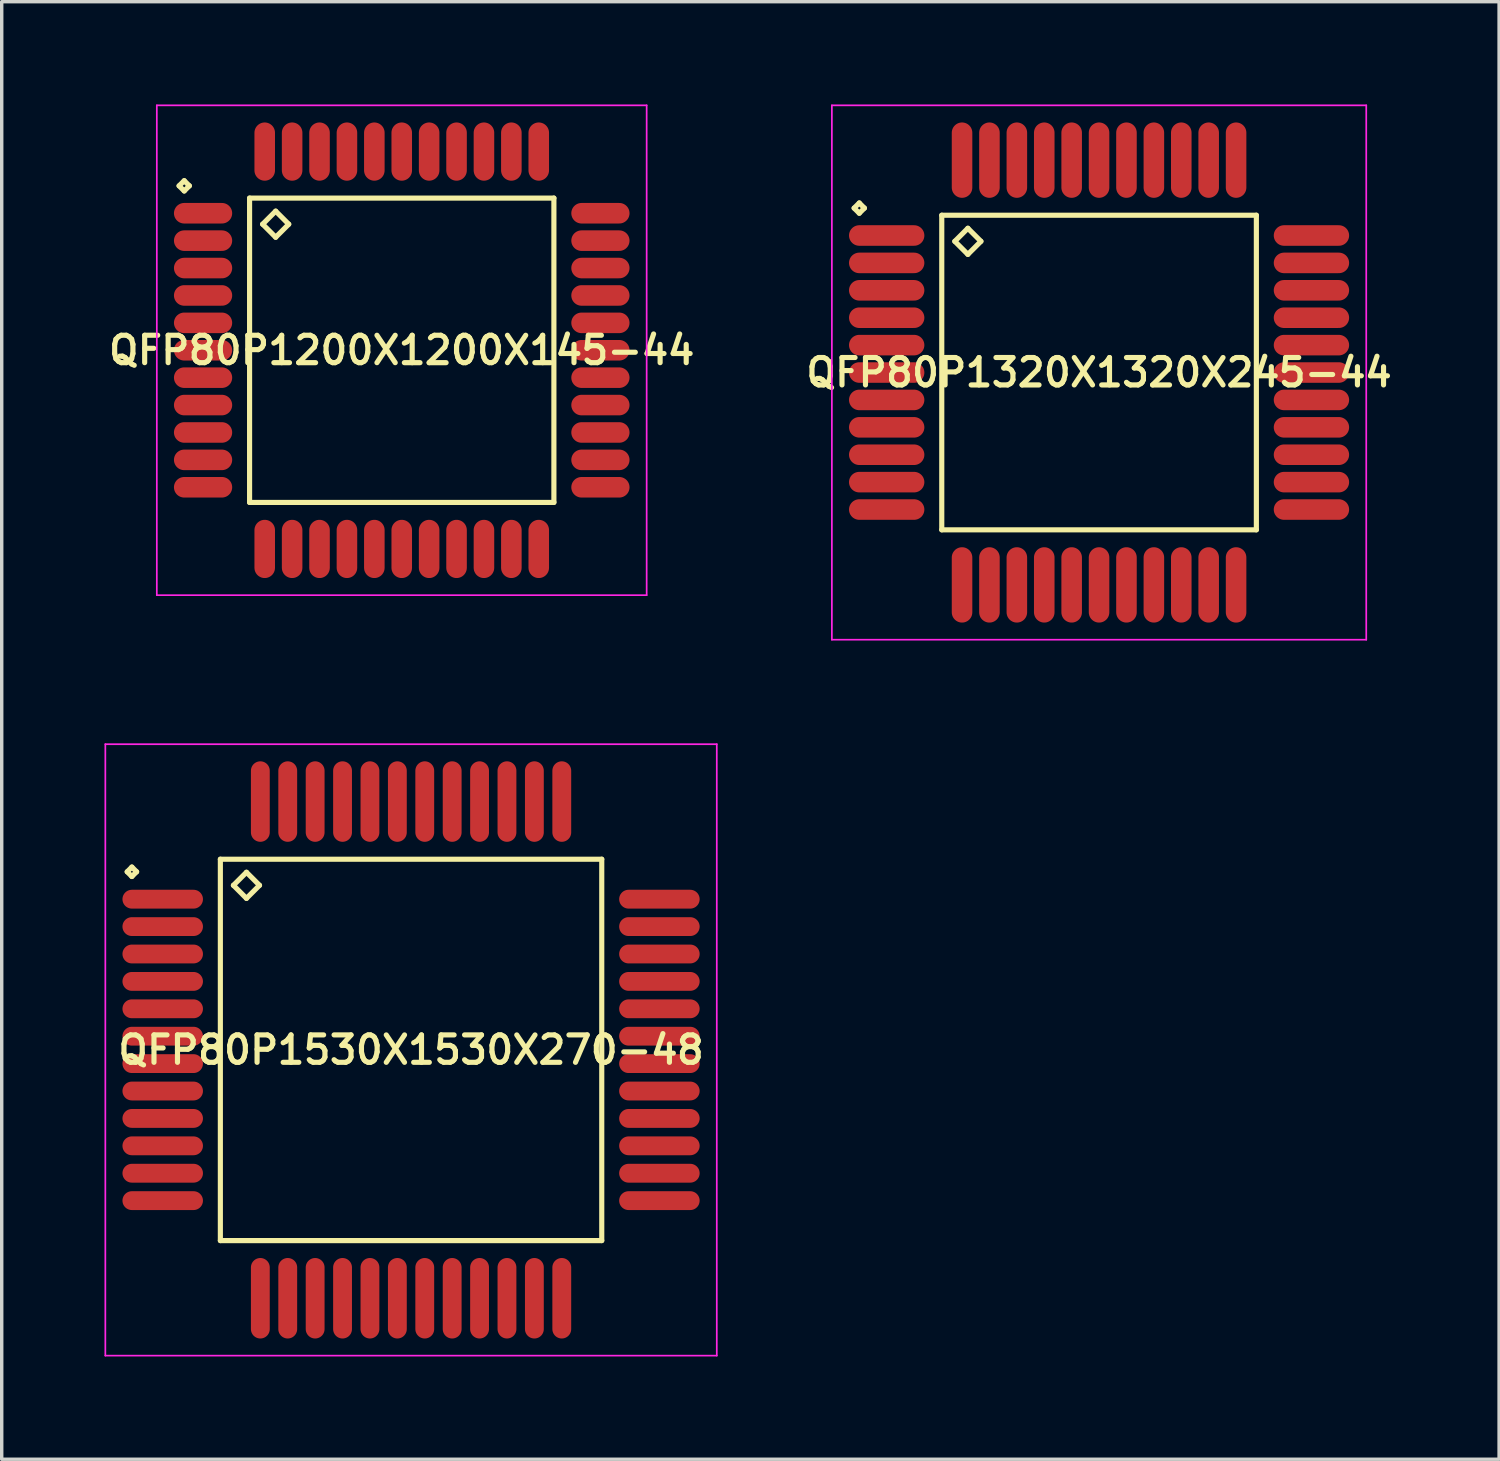
<source format=kicad_pcb>
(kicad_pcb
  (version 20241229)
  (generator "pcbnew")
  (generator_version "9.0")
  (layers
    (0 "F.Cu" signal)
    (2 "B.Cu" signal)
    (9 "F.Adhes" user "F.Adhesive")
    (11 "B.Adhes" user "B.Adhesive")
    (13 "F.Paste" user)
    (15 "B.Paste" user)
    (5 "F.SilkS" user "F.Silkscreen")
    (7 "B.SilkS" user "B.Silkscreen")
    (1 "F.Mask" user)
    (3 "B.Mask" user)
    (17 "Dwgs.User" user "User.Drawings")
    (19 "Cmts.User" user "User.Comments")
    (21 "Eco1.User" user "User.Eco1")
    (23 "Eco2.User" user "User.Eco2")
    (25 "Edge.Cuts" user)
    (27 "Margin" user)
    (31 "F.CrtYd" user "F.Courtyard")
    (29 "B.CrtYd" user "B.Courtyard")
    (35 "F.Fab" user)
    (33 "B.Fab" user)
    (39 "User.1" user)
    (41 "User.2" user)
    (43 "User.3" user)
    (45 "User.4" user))
  (footprint "QFP80P1320X1320X245-44"
    (layer "F.Cu")
    (at 29.035 7.825)
    (property "Reference" "QFP80P1320X1320X245-44" (at 0 0 0) (layer "F.SilkS") (effects (font (size 0.8 0.8) (thickness 0.15))))
    (attr smd)
    (fp_line (start -7.15 -4.8) (end -7 -4.95) (stroke (width 0.15) (type solid)) (layer "F.SilkS"))
    (fp_line (start -7 -4.95) (end -6.85 -4.8) (stroke (width 0.15) (type solid)) (layer "F.SilkS"))
    (fp_line (start -7 -4.65) (end -7.15 -4.8) (stroke (width 0.15) (type solid)) (layer "F.SilkS"))
    (fp_line (start -6.85 -4.8) (end -7 -4.65) (stroke (width 0.15) (type solid)) (layer "F.SilkS"))
    (fp_line (start -4.592 -4.592) (end -4.592 4.592) (stroke (width 0.15) (type solid)) (layer "F.SilkS"))
    (fp_line (start -4.592 4.592) (end 4.592 4.592) (stroke (width 0.15) (type solid)) (layer "F.SilkS"))
    (fp_line (start -4.211 -3.83) (end -3.83 -4.211) (stroke (width 0.15) (type solid)) (layer "F.SilkS"))
    (fp_line (start -3.83 -4.211) (end -3.449 -3.83) (stroke (width 0.15) (type solid)) (layer "F.SilkS"))
    (fp_line (start -3.83 -3.449) (end -4.211 -3.83) (stroke (width 0.15) (type solid)) (layer "F.SilkS"))
    (fp_line (start -3.449 -3.83) (end -3.83 -3.449) (stroke (width 0.15) (type solid)) (layer "F.SilkS"))
    (fp_line (start 4.592 -4.592) (end -4.592 -4.592) (stroke (width 0.15) (type solid)) (layer "F.SilkS"))
    (fp_line (start 4.592 4.592) (end 4.592 -4.592) (stroke (width 0.15) (type solid)) (layer "F.SilkS"))
    (fp_line (start -7.8 -7.8) (end 7.8 -7.8) (stroke (width 0.05) (type solid)) (layer "F.CrtYd"))
    (fp_line (start -7.8 7.8) (end -7.8 -7.8) (stroke (width 0.05) (type solid)) (layer "F.CrtYd"))
    (fp_line (start 7.8 -7.8) (end 7.8 7.8) (stroke (width 0.05) (type solid)) (layer "F.CrtYd"))
    (fp_line (start 7.8 7.8) (end -7.8 7.8) (stroke (width 0.05) (type solid)) (layer "F.CrtYd"))
    (pad "1" smd oval (at -6.2 -4) (size 2.2 0.6) (layers "F.Cu" "F.Mask" "F.Paste"))
    (pad "2" smd oval (at -6.2 -3.2) (size 2.2 0.6) (layers "F.Cu" "F.Mask" "F.Paste"))
    (pad "3" smd oval (at -6.2 -2.4) (size 2.2 0.6) (layers "F.Cu" "F.Mask" "F.Paste"))
    (pad "4" smd oval (at -6.2 -1.6) (size 2.2 0.6) (layers "F.Cu" "F.Mask" "F.Paste"))
    (pad "5" smd oval (at -6.2 -0.8) (size 2.2 0.6) (layers "F.Cu" "F.Mask" "F.Paste"))
    (pad "6" smd oval (at -6.2 0) (size 2.2 0.6) (layers "F.Cu" "F.Mask" "F.Paste"))
    (pad "7" smd oval (at -6.2 0.8) (size 2.2 0.6) (layers "F.Cu" "F.Mask" "F.Paste"))
    (pad "8" smd oval (at -6.2 1.6) (size 2.2 0.6) (layers "F.Cu" "F.Mask" "F.Paste"))
    (pad "9" smd oval (at -6.2 2.4) (size 2.2 0.6) (layers "F.Cu" "F.Mask" "F.Paste"))
    (pad "10" smd oval (at -6.2 3.2) (size 2.2 0.6) (layers "F.Cu" "F.Mask" "F.Paste"))
    (pad "11" smd oval (at -6.2 4) (size 2.2 0.6) (layers "F.Cu" "F.Mask" "F.Paste"))
    (pad "12" smd oval (at -4 6.2) (size 0.6 2.2) (layers "F.Cu" "F.Mask" "F.Paste"))
    (pad "13" smd oval (at -3.2 6.2) (size 0.6 2.2) (layers "F.Cu" "F.Mask" "F.Paste"))
    (pad "14" smd oval (at -2.4 6.2) (size 0.6 2.2) (layers "F.Cu" "F.Mask" "F.Paste"))
    (pad "15" smd oval (at -1.6 6.2) (size 0.6 2.2) (layers "F.Cu" "F.Mask" "F.Paste"))
    (pad "16" smd oval (at -0.8 6.2) (size 0.6 2.2) (layers "F.Cu" "F.Mask" "F.Paste"))
    (pad "17" smd oval (at 0 6.2) (size 0.6 2.2) (layers "F.Cu" "F.Mask" "F.Paste"))
    (pad "18" smd oval (at 0.8 6.2) (size 0.6 2.2) (layers "F.Cu" "F.Mask" "F.Paste"))
    (pad "19" smd oval (at 1.6 6.2) (size 0.6 2.2) (layers "F.Cu" "F.Mask" "F.Paste"))
    (pad "20" smd oval (at 2.4 6.2) (size 0.6 2.2) (layers "F.Cu" "F.Mask" "F.Paste"))
    (pad "21" smd oval (at 3.2 6.2) (size 0.6 2.2) (layers "F.Cu" "F.Mask" "F.Paste"))
    (pad "22" smd oval (at 4 6.2) (size 0.6 2.2) (layers "F.Cu" "F.Mask" "F.Paste"))
    (pad "23" smd oval (at 6.2 4) (size 2.2 0.6) (layers "F.Cu" "F.Mask" "F.Paste"))
    (pad "24" smd oval (at 6.2 3.2) (size 2.2 0.6) (layers "F.Cu" "F.Mask" "F.Paste"))
    (pad "25" smd oval (at 6.2 2.4) (size 2.2 0.6) (layers "F.Cu" "F.Mask" "F.Paste"))
    (pad "26" smd oval (at 6.2 1.6) (size 2.2 0.6) (layers "F.Cu" "F.Mask" "F.Paste"))
    (pad "27" smd oval (at 6.2 0.8) (size 2.2 0.6) (layers "F.Cu" "F.Mask" "F.Paste"))
    (pad "28" smd oval (at 6.2 0) (size 2.2 0.6) (layers "F.Cu" "F.Mask" "F.Paste"))
    (pad "29" smd oval (at 6.2 -0.8) (size 2.2 0.6) (layers "F.Cu" "F.Mask" "F.Paste"))
    (pad "30" smd oval (at 6.2 -1.6) (size 2.2 0.6) (layers "F.Cu" "F.Mask" "F.Paste"))
    (pad "31" smd oval (at 6.2 -2.4) (size 2.2 0.6) (layers "F.Cu" "F.Mask" "F.Paste"))
    (pad "32" smd oval (at 6.2 -3.2) (size 2.2 0.6) (layers "F.Cu" "F.Mask" "F.Paste"))
    (pad "33" smd oval (at 6.2 -4) (size 2.2 0.6) (layers "F.Cu" "F.Mask" "F.Paste"))
    (pad "34" smd oval (at 4 -6.2) (size 0.6 2.2) (layers "F.Cu" "F.Mask" "F.Paste"))
    (pad "35" smd oval (at 3.2 -6.2) (size 0.6 2.2) (layers "F.Cu" "F.Mask" "F.Paste"))
    (pad "36" smd oval (at 2.4 -6.2) (size 0.6 2.2) (layers "F.Cu" "F.Mask" "F.Paste"))
    (pad "37" smd oval (at 1.6 -6.2) (size 0.6 2.2) (layers "F.Cu" "F.Mask" "F.Paste"))
    (pad "38" smd oval (at 0.8 -6.2) (size 0.6 2.2) (layers "F.Cu" "F.Mask" "F.Paste"))
    (pad "39" smd oval (at 0 -6.2) (size 0.6 2.2) (layers "F.Cu" "F.Mask" "F.Paste"))
    (pad "40" smd oval (at -0.8 -6.2) (size 0.6 2.2) (layers "F.Cu" "F.Mask" "F.Paste"))
    (pad "41" smd oval (at -1.6 -6.2) (size 0.6 2.2) (layers "F.Cu" "F.Mask" "F.Paste"))
    (pad "42" smd oval (at -2.4 -6.2) (size 0.6 2.2) (layers "F.Cu" "F.Mask" "F.Paste"))
    (pad "43" smd oval (at -3.2 -6.2) (size 0.6 2.2) (layers "F.Cu" "F.Mask" "F.Paste"))
    (pad "44" smd oval (at -4 -6.2) (size 0.6 2.2) (layers "F.Cu" "F.Mask" "F.Paste")))
  (footprint "QFP80P1200X1200X145-44"
    (layer "F.Cu")
    (at 8.678 7.175)
    (property "Reference" "QFP80P1200X1200X145-44" (at 0 0 0) (layer "F.SilkS") (effects (font (size 0.8 0.8) (thickness 0.15))))
    (attr smd)
    (fp_line (start -6.5 -4.8) (end -6.35 -4.95) (stroke (width 0.15) (type solid)) (layer "F.SilkS"))
    (fp_line (start -6.35 -4.95) (end -6.2 -4.8) (stroke (width 0.15) (type solid)) (layer "F.SilkS"))
    (fp_line (start -6.35 -4.65) (end -6.5 -4.8) (stroke (width 0.15) (type solid)) (layer "F.SilkS"))
    (fp_line (start -6.2 -4.8) (end -6.35 -4.65) (stroke (width 0.15) (type solid)) (layer "F.SilkS"))
    (fp_line (start -4.442 -4.442) (end -4.442 4.442) (stroke (width 0.15) (type solid)) (layer "F.SilkS"))
    (fp_line (start -4.442 4.442) (end 4.442 4.442) (stroke (width 0.15) (type solid)) (layer "F.SilkS"))
    (fp_line (start -4.061 -3.68) (end -3.68 -4.061) (stroke (width 0.15) (type solid)) (layer "F.SilkS"))
    (fp_line (start -3.68 -4.061) (end -3.299 -3.68) (stroke (width 0.15) (type solid)) (layer "F.SilkS"))
    (fp_line (start -3.68 -3.299) (end -4.061 -3.68) (stroke (width 0.15) (type solid)) (layer "F.SilkS"))
    (fp_line (start -3.299 -3.68) (end -3.68 -3.299) (stroke (width 0.15) (type solid)) (layer "F.SilkS"))
    (fp_line (start 4.442 -4.442) (end -4.442 -4.442) (stroke (width 0.15) (type solid)) (layer "F.SilkS"))
    (fp_line (start 4.442 4.442) (end 4.442 -4.442) (stroke (width 0.15) (type solid)) (layer "F.SilkS"))
    (fp_line (start -7.15 -7.15) (end 7.15 -7.15) (stroke (width 0.05) (type solid)) (layer "F.CrtYd"))
    (fp_line (start -7.15 7.15) (end -7.15 -7.15) (stroke (width 0.05) (type solid)) (layer "F.CrtYd"))
    (fp_line (start 7.15 -7.15) (end 7.15 7.15) (stroke (width 0.05) (type solid)) (layer "F.CrtYd"))
    (fp_line (start 7.15 7.15) (end -7.15 7.15) (stroke (width 0.05) (type solid)) (layer "F.CrtYd"))
    (pad "1" smd oval (at -5.8 -4) (size 1.7 0.6) (layers "F.Cu" "F.Mask" "F.Paste"))
    (pad "2" smd oval (at -5.8 -3.2) (size 1.7 0.6) (layers "F.Cu" "F.Mask" "F.Paste"))
    (pad "3" smd oval (at -5.8 -2.4) (size 1.7 0.6) (layers "F.Cu" "F.Mask" "F.Paste"))
    (pad "4" smd oval (at -5.8 -1.6) (size 1.7 0.6) (layers "F.Cu" "F.Mask" "F.Paste"))
    (pad "5" smd oval (at -5.8 -0.8) (size 1.7 0.6) (layers "F.Cu" "F.Mask" "F.Paste"))
    (pad "6" smd oval (at -5.8 0) (size 1.7 0.6) (layers "F.Cu" "F.Mask" "F.Paste"))
    (pad "7" smd oval (at -5.8 0.8) (size 1.7 0.6) (layers "F.Cu" "F.Mask" "F.Paste"))
    (pad "8" smd oval (at -5.8 1.6) (size 1.7 0.6) (layers "F.Cu" "F.Mask" "F.Paste"))
    (pad "9" smd oval (at -5.8 2.4) (size 1.7 0.6) (layers "F.Cu" "F.Mask" "F.Paste"))
    (pad "10" smd oval (at -5.8 3.2) (size 1.7 0.6) (layers "F.Cu" "F.Mask" "F.Paste"))
    (pad "11" smd oval (at -5.8 4) (size 1.7 0.6) (layers "F.Cu" "F.Mask" "F.Paste"))
    (pad "12" smd oval (at -4 5.8) (size 0.6 1.7) (layers "F.Cu" "F.Mask" "F.Paste"))
    (pad "13" smd oval (at -3.2 5.8) (size 0.6 1.7) (layers "F.Cu" "F.Mask" "F.Paste"))
    (pad "14" smd oval (at -2.4 5.8) (size 0.6 1.7) (layers "F.Cu" "F.Mask" "F.Paste"))
    (pad "15" smd oval (at -1.6 5.8) (size 0.6 1.7) (layers "F.Cu" "F.Mask" "F.Paste"))
    (pad "16" smd oval (at -0.8 5.8) (size 0.6 1.7) (layers "F.Cu" "F.Mask" "F.Paste"))
    (pad "17" smd oval (at 0 5.8) (size 0.6 1.7) (layers "F.Cu" "F.Mask" "F.Paste"))
    (pad "18" smd oval (at 0.8 5.8) (size 0.6 1.7) (layers "F.Cu" "F.Mask" "F.Paste"))
    (pad "19" smd oval (at 1.6 5.8) (size 0.6 1.7) (layers "F.Cu" "F.Mask" "F.Paste"))
    (pad "20" smd oval (at 2.4 5.8) (size 0.6 1.7) (layers "F.Cu" "F.Mask" "F.Paste"))
    (pad "21" smd oval (at 3.2 5.8) (size 0.6 1.7) (layers "F.Cu" "F.Mask" "F.Paste"))
    (pad "22" smd oval (at 4 5.8) (size 0.6 1.7) (layers "F.Cu" "F.Mask" "F.Paste"))
    (pad "23" smd oval (at 5.8 4) (size 1.7 0.6) (layers "F.Cu" "F.Mask" "F.Paste"))
    (pad "24" smd oval (at 5.8 3.2) (size 1.7 0.6) (layers "F.Cu" "F.Mask" "F.Paste"))
    (pad "25" smd oval (at 5.8 2.4) (size 1.7 0.6) (layers "F.Cu" "F.Mask" "F.Paste"))
    (pad "26" smd oval (at 5.8 1.6) (size 1.7 0.6) (layers "F.Cu" "F.Mask" "F.Paste"))
    (pad "27" smd oval (at 5.8 0.8) (size 1.7 0.6) (layers "F.Cu" "F.Mask" "F.Paste"))
    (pad "28" smd oval (at 5.8 0) (size 1.7 0.6) (layers "F.Cu" "F.Mask" "F.Paste"))
    (pad "29" smd oval (at 5.8 -0.8) (size 1.7 0.6) (layers "F.Cu" "F.Mask" "F.Paste"))
    (pad "30" smd oval (at 5.8 -1.6) (size 1.7 0.6) (layers "F.Cu" "F.Mask" "F.Paste"))
    (pad "31" smd oval (at 5.8 -2.4) (size 1.7 0.6) (layers "F.Cu" "F.Mask" "F.Paste"))
    (pad "32" smd oval (at 5.8 -3.2) (size 1.7 0.6) (layers "F.Cu" "F.Mask" "F.Paste"))
    (pad "33" smd oval (at 5.8 -4) (size 1.7 0.6) (layers "F.Cu" "F.Mask" "F.Paste"))
    (pad "34" smd oval (at 4 -5.8) (size 0.6 1.7) (layers "F.Cu" "F.Mask" "F.Paste"))
    (pad "35" smd oval (at 3.2 -5.8) (size 0.6 1.7) (layers "F.Cu" "F.Mask" "F.Paste"))
    (pad "36" smd oval (at 2.4 -5.8) (size 0.6 1.7) (layers "F.Cu" "F.Mask" "F.Paste"))
    (pad "37" smd oval (at 1.6 -5.8) (size 0.6 1.7) (layers "F.Cu" "F.Mask" "F.Paste"))
    (pad "38" smd oval (at 0.8 -5.8) (size 0.6 1.7) (layers "F.Cu" "F.Mask" "F.Paste"))
    (pad "39" smd oval (at 0 -5.8) (size 0.6 1.7) (layers "F.Cu" "F.Mask" "F.Paste"))
    (pad "40" smd oval (at -0.8 -5.8) (size 0.6 1.7) (layers "F.Cu" "F.Mask" "F.Paste"))
    (pad "41" smd oval (at -1.6 -5.8) (size 0.6 1.7) (layers "F.Cu" "F.Mask" "F.Paste"))
    (pad "42" smd oval (at -2.4 -5.8) (size 0.6 1.7) (layers "F.Cu" "F.Mask" "F.Paste"))
    (pad "43" smd oval (at -3.2 -5.8) (size 0.6 1.7) (layers "F.Cu" "F.Mask" "F.Paste"))
    (pad "44" smd oval (at -4 -5.8) (size 0.6 1.7) (layers "F.Cu" "F.Mask" "F.Paste")))
  (footprint "QFP80P1530X1530X270-48"
    (layer "F.Cu")
    (at 8.95 27.6)
    (property "Reference" "QFP80P1530X1530X270-48" (at 0 0 0) (layer "F.SilkS") (effects (font (size 0.8 0.8) (thickness 0.15))))
    (attr smd)
    (fp_line (start -8.287 -5.2) (end -8.15 -5.338) (stroke (width 0.15) (type solid)) (layer "F.SilkS"))
    (fp_line (start -8.15 -5.338) (end -8.012 -5.2) (stroke (width 0.15) (type solid)) (layer "F.SilkS"))
    (fp_line (start -8.15 -5.062) (end -8.287 -5.2) (stroke (width 0.15) (type solid)) (layer "F.SilkS"))
    (fp_line (start -8.012 -5.2) (end -8.15 -5.062) (stroke (width 0.15) (type solid)) (layer "F.SilkS"))
    (fp_line (start -5.567 -5.567) (end -5.567 5.567) (stroke (width 0.15) (type solid)) (layer "F.SilkS"))
    (fp_line (start -5.567 5.567) (end 5.567 5.567) (stroke (width 0.15) (type solid)) (layer "F.SilkS"))
    (fp_line (start -5.186 -4.805) (end -4.805 -5.186) (stroke (width 0.15) (type solid)) (layer "F.SilkS"))
    (fp_line (start -4.805 -5.186) (end -4.424 -4.805) (stroke (width 0.15) (type solid)) (layer "F.SilkS"))
    (fp_line (start -4.805 -4.424) (end -5.186 -4.805) (stroke (width 0.15) (type solid)) (layer "F.SilkS"))
    (fp_line (start -4.424 -4.805) (end -4.805 -4.424) (stroke (width 0.15) (type solid)) (layer "F.SilkS"))
    (fp_line (start 5.567 -5.567) (end -5.567 -5.567) (stroke (width 0.15) (type solid)) (layer "F.SilkS"))
    (fp_line (start 5.567 5.567) (end 5.567 -5.567) (stroke (width 0.15) (type solid)) (layer "F.SilkS"))
    (fp_line (start -8.925 -8.925) (end 8.925 -8.925) (stroke (width 0.05) (type solid)) (layer "F.CrtYd"))
    (fp_line (start -8.925 8.925) (end -8.925 -8.925) (stroke (width 0.05) (type solid)) (layer "F.CrtYd"))
    (fp_line (start 8.925 -8.925) (end 8.925 8.925) (stroke (width 0.05) (type solid)) (layer "F.CrtYd"))
    (fp_line (start 8.925 8.925) (end -8.925 8.925) (stroke (width 0.05) (type solid)) (layer "F.CrtYd"))
    (pad "1" smd oval (at -7.25 -4.4) (size 2.35 0.55) (layers "F.Cu" "F.Mask" "F.Paste"))
    (pad "2" smd oval (at -7.25 -3.6) (size 2.35 0.55) (layers "F.Cu" "F.Mask" "F.Paste"))
    (pad "3" smd oval (at -7.25 -2.8) (size 2.35 0.55) (layers "F.Cu" "F.Mask" "F.Paste"))
    (pad "4" smd oval (at -7.25 -2) (size 2.35 0.55) (layers "F.Cu" "F.Mask" "F.Paste"))
    (pad "5" smd oval (at -7.25 -1.2) (size 2.35 0.55) (layers "F.Cu" "F.Mask" "F.Paste"))
    (pad "6" smd oval (at -7.25 -0.4) (size 2.35 0.55) (layers "F.Cu" "F.Mask" "F.Paste"))
    (pad "7" smd oval (at -7.25 0.4) (size 2.35 0.55) (layers "F.Cu" "F.Mask" "F.Paste"))
    (pad "8" smd oval (at -7.25 1.2) (size 2.35 0.55) (layers "F.Cu" "F.Mask" "F.Paste"))
    (pad "9" smd oval (at -7.25 2) (size 2.35 0.55) (layers "F.Cu" "F.Mask" "F.Paste"))
    (pad "10" smd oval (at -7.25 2.8) (size 2.35 0.55) (layers "F.Cu" "F.Mask" "F.Paste"))
    (pad "11" smd oval (at -7.25 3.6) (size 2.35 0.55) (layers "F.Cu" "F.Mask" "F.Paste"))
    (pad "12" smd oval (at -7.25 4.4) (size 2.35 0.55) (layers "F.Cu" "F.Mask" "F.Paste"))
    (pad "13" smd oval (at -4.4 7.25) (size 0.55 2.35) (layers "F.Cu" "F.Mask" "F.Paste"))
    (pad "14" smd oval (at -3.6 7.25) (size 0.55 2.35) (layers "F.Cu" "F.Mask" "F.Paste"))
    (pad "15" smd oval (at -2.8 7.25) (size 0.55 2.35) (layers "F.Cu" "F.Mask" "F.Paste"))
    (pad "16" smd oval (at -2 7.25) (size 0.55 2.35) (layers "F.Cu" "F.Mask" "F.Paste"))
    (pad "17" smd oval (at -1.2 7.25) (size 0.55 2.35) (layers "F.Cu" "F.Mask" "F.Paste"))
    (pad "18" smd oval (at -0.4 7.25) (size 0.55 2.35) (layers "F.Cu" "F.Mask" "F.Paste"))
    (pad "19" smd oval (at 0.4 7.25) (size 0.55 2.35) (layers "F.Cu" "F.Mask" "F.Paste"))
    (pad "20" smd oval (at 1.2 7.25) (size 0.55 2.35) (layers "F.Cu" "F.Mask" "F.Paste"))
    (pad "21" smd oval (at 2 7.25) (size 0.55 2.35) (layers "F.Cu" "F.Mask" "F.Paste"))
    (pad "22" smd oval (at 2.8 7.25) (size 0.55 2.35) (layers "F.Cu" "F.Mask" "F.Paste"))
    (pad "23" smd oval (at 3.6 7.25) (size 0.55 2.35) (layers "F.Cu" "F.Mask" "F.Paste"))
    (pad "24" smd oval (at 4.4 7.25) (size 0.55 2.35) (layers "F.Cu" "F.Mask" "F.Paste"))
    (pad "25" smd oval (at 7.25 4.4) (size 2.35 0.55) (layers "F.Cu" "F.Mask" "F.Paste"))
    (pad "26" smd oval (at 7.25 3.6) (size 2.35 0.55) (layers "F.Cu" "F.Mask" "F.Paste"))
    (pad "27" smd oval (at 7.25 2.8) (size 2.35 0.55) (layers "F.Cu" "F.Mask" "F.Paste"))
    (pad "28" smd oval (at 7.25 2) (size 2.35 0.55) (layers "F.Cu" "F.Mask" "F.Paste"))
    (pad "29" smd oval (at 7.25 1.2) (size 2.35 0.55) (layers "F.Cu" "F.Mask" "F.Paste"))
    (pad "30" smd oval (at 7.25 0.4) (size 2.35 0.55) (layers "F.Cu" "F.Mask" "F.Paste"))
    (pad "31" smd oval (at 7.25 -0.4) (size 2.35 0.55) (layers "F.Cu" "F.Mask" "F.Paste"))
    (pad "32" smd oval (at 7.25 -1.2) (size 2.35 0.55) (layers "F.Cu" "F.Mask" "F.Paste"))
    (pad "33" smd oval (at 7.25 -2) (size 2.35 0.55) (layers "F.Cu" "F.Mask" "F.Paste"))
    (pad "34" smd oval (at 7.25 -2.8) (size 2.35 0.55) (layers "F.Cu" "F.Mask" "F.Paste"))
    (pad "35" smd oval (at 7.25 -3.6) (size 2.35 0.55) (layers "F.Cu" "F.Mask" "F.Paste"))
    (pad "36" smd oval (at 7.25 -4.4) (size 2.35 0.55) (layers "F.Cu" "F.Mask" "F.Paste"))
    (pad "37" smd oval (at 4.4 -7.25) (size 0.55 2.35) (layers "F.Cu" "F.Mask" "F.Paste"))
    (pad "38" smd oval (at 3.6 -7.25) (size 0.55 2.35) (layers "F.Cu" "F.Mask" "F.Paste"))
    (pad "39" smd oval (at 2.8 -7.25) (size 0.55 2.35) (layers "F.Cu" "F.Mask" "F.Paste"))
    (pad "40" smd oval (at 2 -7.25) (size 0.55 2.35) (layers "F.Cu" "F.Mask" "F.Paste"))
    (pad "41" smd oval (at 1.2 -7.25) (size 0.55 2.35) (layers "F.Cu" "F.Mask" "F.Paste"))
    (pad "42" smd oval (at 0.4 -7.25) (size 0.55 2.35) (layers "F.Cu" "F.Mask" "F.Paste"))
    (pad "43" smd oval (at -0.4 -7.25) (size 0.55 2.35) (layers "F.Cu" "F.Mask" "F.Paste"))
    (pad "44" smd oval (at -1.2 -7.25) (size 0.55 2.35) (layers "F.Cu" "F.Mask" "F.Paste"))
    (pad "45" smd oval (at -2 -7.25) (size 0.55 2.35) (layers "F.Cu" "F.Mask" "F.Paste"))
    (pad "46" smd oval (at -2.8 -7.25) (size 0.55 2.35) (layers "F.Cu" "F.Mask" "F.Paste"))
    (pad "47" smd oval (at -3.6 -7.25) (size 0.55 2.35) (layers "F.Cu" "F.Mask" "F.Paste"))
    (pad "48" smd oval (at -4.4 -7.25) (size 0.55 2.35) (layers "F.Cu" "F.Mask" "F.Paste")))
  (gr_rect
    (start -3 -3)
    (end 40.713 39.55)
    (stroke (width 0.1) (type default))
    (fill no)
    (layer "Edge.Cuts")))
</source>
